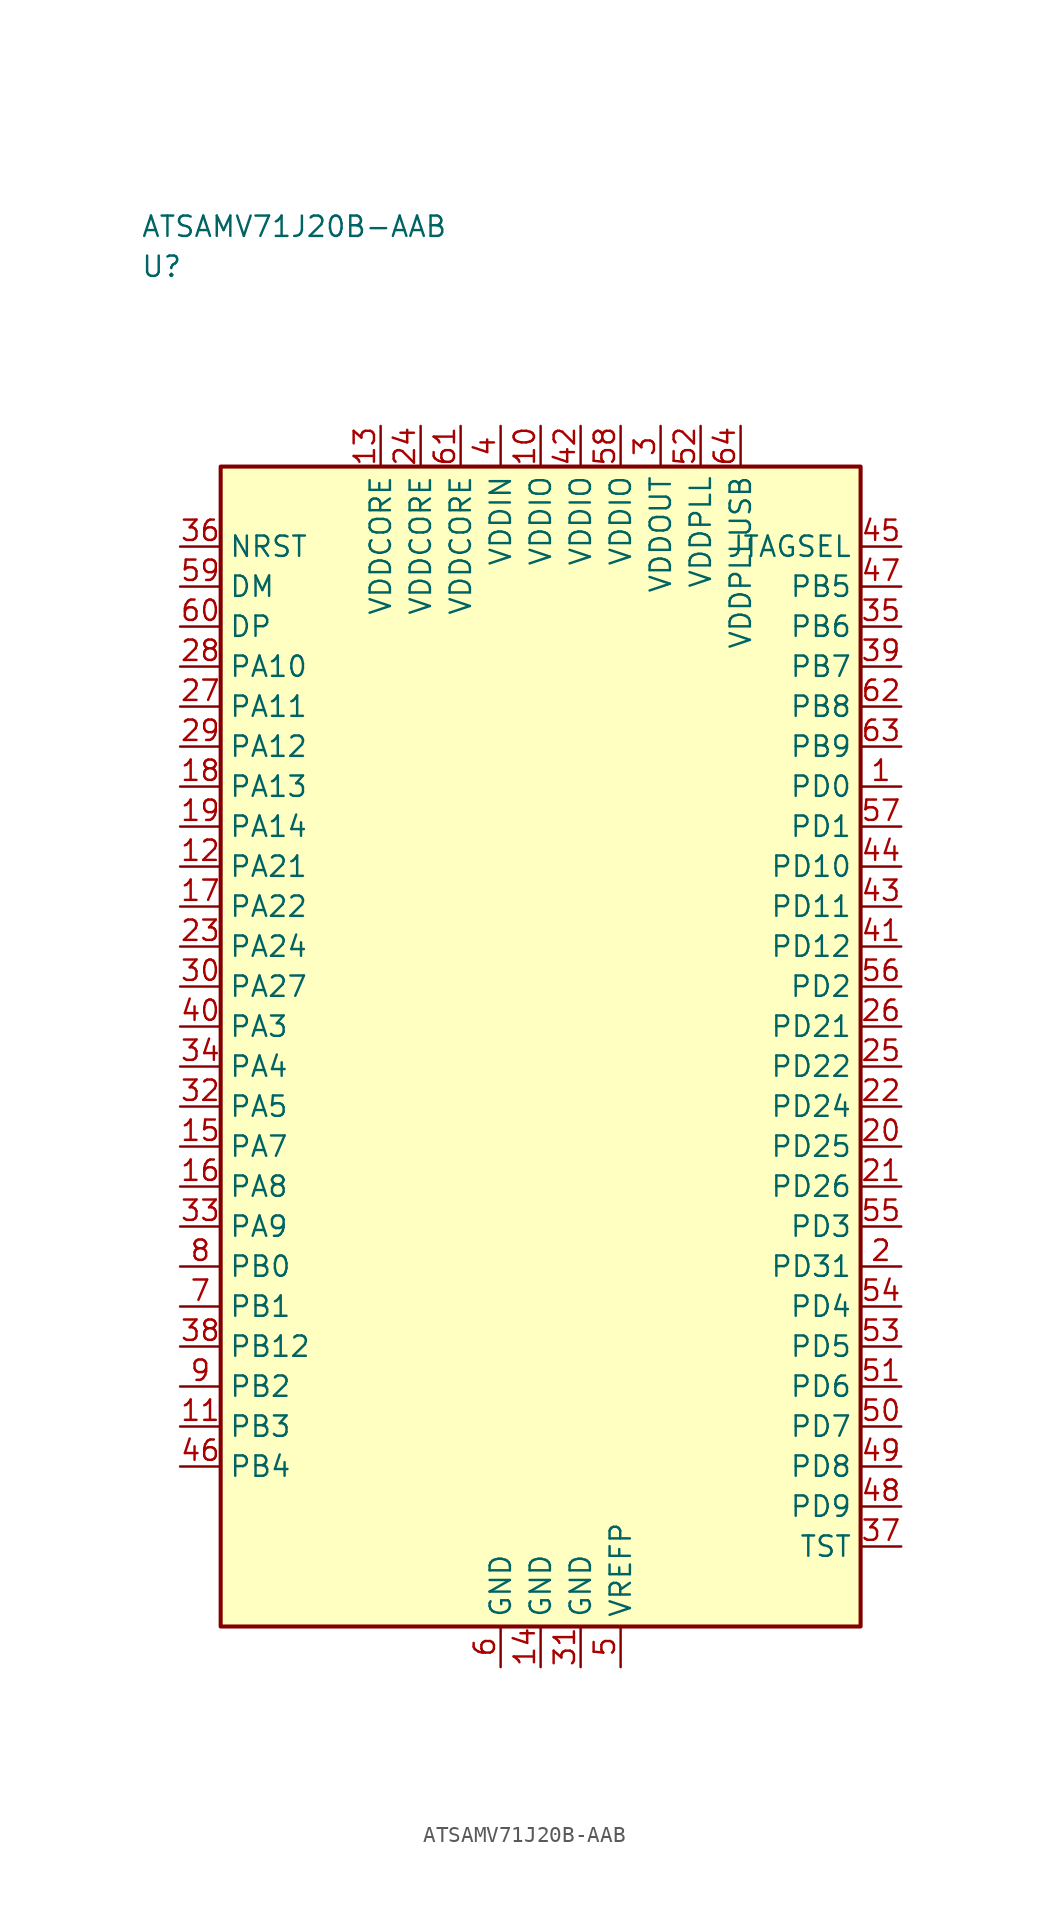
<source format=kicad_sym>
(kicad_symbol_lib
  (version 20241025)
  (generator "kicad_symbol_editor")
  (generator_version "8.0")
  (symbol "ATSAMV71J20B-AAB"
    (property "Reference" "U"
      (at -25.0 48.75 0)
      (effects (font (size 1.27 1.27)) (justify left)))
    (property "Value" "ATSAMV71J20B-AAB"
      (at -25.0 51.25 0)
      (effects (font (size 1.27 1.27)) (justify left)))
    (symbol "ATSAMV71J20B-AAB_0_1"
      (rectangle (start -20.0 36.25) (end 20.0 -36.25) (stroke (width 0.254) (type default)) (fill (type background))))
    (symbol "ATSAMV71J20B-AAB_1_1"
      (pin bidirectional line (at -22.54 1.25 0.0) (length 2.54) (name "PA3" (effects (font (size 1.27 1.27)))) (number "40" (effects (font (size 1.27 1.27)))))
      (pin bidirectional line (at -22.54 -1.25 0.0) (length 2.54) (name "PA4" (effects (font (size 1.27 1.27)))) (number "34" (effects (font (size 1.27 1.27)))))
      (pin bidirectional line (at -22.54 -3.75 0.0) (length 2.54) (name "PA5" (effects (font (size 1.27 1.27)))) (number "32" (effects (font (size 1.27 1.27)))))
      (pin bidirectional line (at -22.54 -6.25 0.0) (length 2.54) (name "PA7" (effects (font (size 1.27 1.27)))) (number "15" (effects (font (size 1.27 1.27)))))
      (pin bidirectional line (at -22.54 -8.75 0.0) (length 2.54) (name "PA8" (effects (font (size 1.27 1.27)))) (number "16" (effects (font (size 1.27 1.27)))))
      (pin bidirectional line (at -22.54 -11.25 0.0) (length 2.54) (name "PA9" (effects (font (size 1.27 1.27)))) (number "33" (effects (font (size 1.27 1.27)))))
      (pin bidirectional line (at -22.54 23.75 0.0) (length 2.54) (name "PA10" (effects (font (size 1.27 1.27)))) (number "28" (effects (font (size 1.27 1.27)))))
      (pin bidirectional line (at -22.54 21.25 0.0) (length 2.54) (name "PA11" (effects (font (size 1.27 1.27)))) (number "27" (effects (font (size 1.27 1.27)))))
      (pin bidirectional line (at -22.54 18.75 0.0) (length 2.54) (name "PA12" (effects (font (size 1.27 1.27)))) (number "29" (effects (font (size 1.27 1.27)))))
      (pin bidirectional line (at -22.54 16.25 0.0) (length 2.54) (name "PA13" (effects (font (size 1.27 1.27)))) (number "18" (effects (font (size 1.27 1.27)))))
      (pin bidirectional line (at -22.54 13.75 0.0) (length 2.54) (name "PA14" (effects (font (size 1.27 1.27)))) (number "19" (effects (font (size 1.27 1.27)))))
      (pin bidirectional line (at -22.54 11.25 0.0) (length 2.54) (name "PA21" (effects (font (size 1.27 1.27)))) (number "12" (effects (font (size 1.27 1.27)))))
      (pin bidirectional line (at -22.54 8.75 0.0) (length 2.54) (name "PA22" (effects (font (size 1.27 1.27)))) (number "17" (effects (font (size 1.27 1.27)))))
      (pin bidirectional line (at -22.54 6.25 0.0) (length 2.54) (name "PA24" (effects (font (size 1.27 1.27)))) (number "23" (effects (font (size 1.27 1.27)))))
      (pin bidirectional line (at -22.54 3.75 0.0) (length 2.54) (name "PA27" (effects (font (size 1.27 1.27)))) (number "30" (effects (font (size 1.27 1.27)))))
      (pin bidirectional line (at -22.54 -13.75 0.0) (length 2.54) (name "PB0" (effects (font (size 1.27 1.27)))) (number "8" (effects (font (size 1.27 1.27)))))
      (pin bidirectional line (at -22.54 -16.25 0.0) (length 2.54) (name "PB1" (effects (font (size 1.27 1.27)))) (number "7" (effects (font (size 1.27 1.27)))))
      (pin bidirectional line (at -22.54 -21.25 0.0) (length 2.54) (name "PB2" (effects (font (size 1.27 1.27)))) (number "9" (effects (font (size 1.27 1.27)))))
      (pin bidirectional line (at -22.54 -23.75 0.0) (length 2.54) (name "PB3" (effects (font (size 1.27 1.27)))) (number "11" (effects (font (size 1.27 1.27)))))
      (pin bidirectional line (at -22.54 -26.25 0.0) (length 2.54) (name "PB4" (effects (font (size 1.27 1.27)))) (number "46" (effects (font (size 1.27 1.27)))))
      (pin bidirectional line (at 22.54 28.75 180.0) (length 2.54) (name "PB5" (effects (font (size 1.27 1.27)))) (number "47" (effects (font (size 1.27 1.27)))))
      (pin bidirectional line (at 22.54 26.25 180.0) (length 2.54) (name "PB6" (effects (font (size 1.27 1.27)))) (number "35" (effects (font (size 1.27 1.27)))))
      (pin bidirectional line (at 22.54 23.75 180.0) (length 2.54) (name "PB7" (effects (font (size 1.27 1.27)))) (number "39" (effects (font (size 1.27 1.27)))))
      (pin bidirectional line (at 22.54 21.25 180.0) (length 2.54) (name "PB8" (effects (font (size 1.27 1.27)))) (number "62" (effects (font (size 1.27 1.27)))))
      (pin bidirectional line (at 22.54 18.75 180.0) (length 2.54) (name "PB9" (effects (font (size 1.27 1.27)))) (number "63" (effects (font (size 1.27 1.27)))))
      (pin bidirectional line (at -22.54 -18.75 0.0) (length 2.54) (name "PB12" (effects (font (size 1.27 1.27)))) (number "38" (effects (font (size 1.27 1.27)))))
      (pin bidirectional line (at 22.54 16.25 180.0) (length 2.54) (name "PD0" (effects (font (size 1.27 1.27)))) (number "1" (effects (font (size 1.27 1.27)))))
      (pin bidirectional line (at 22.54 13.75 180.0) (length 2.54) (name "PD1" (effects (font (size 1.27 1.27)))) (number "57" (effects (font (size 1.27 1.27)))))
      (pin bidirectional line (at 22.54 3.75 180.0) (length 2.54) (name "PD2" (effects (font (size 1.27 1.27)))) (number "56" (effects (font (size 1.27 1.27)))))
      (pin bidirectional line (at 22.54 -11.25 180.0) (length 2.54) (name "PD3" (effects (font (size 1.27 1.27)))) (number "55" (effects (font (size 1.27 1.27)))))
      (pin bidirectional line (at 22.54 -16.25 180.0) (length 2.54) (name "PD4" (effects (font (size 1.27 1.27)))) (number "54" (effects (font (size 1.27 1.27)))))
      (pin bidirectional line (at 22.54 -18.75 180.0) (length 2.54) (name "PD5" (effects (font (size 1.27 1.27)))) (number "53" (effects (font (size 1.27 1.27)))))
      (pin bidirectional line (at 22.54 -21.25 180.0) (length 2.54) (name "PD6" (effects (font (size 1.27 1.27)))) (number "51" (effects (font (size 1.27 1.27)))))
      (pin bidirectional line (at 22.54 -23.75 180.0) (length 2.54) (name "PD7" (effects (font (size 1.27 1.27)))) (number "50" (effects (font (size 1.27 1.27)))))
      (pin bidirectional line (at 22.54 -26.25 180.0) (length 2.54) (name "PD8" (effects (font (size 1.27 1.27)))) (number "49" (effects (font (size 1.27 1.27)))))
      (pin bidirectional line (at 22.54 -28.75 180.0) (length 2.54) (name "PD9" (effects (font (size 1.27 1.27)))) (number "48" (effects (font (size 1.27 1.27)))))
      (pin bidirectional line (at 22.54 11.25 180.0) (length 2.54) (name "PD10" (effects (font (size 1.27 1.27)))) (number "44" (effects (font (size 1.27 1.27)))))
      (pin bidirectional line (at 22.54 8.75 180.0) (length 2.54) (name "PD11" (effects (font (size 1.27 1.27)))) (number "43" (effects (font (size 1.27 1.27)))))
      (pin bidirectional line (at 22.54 6.25 180.0) (length 2.54) (name "PD12" (effects (font (size 1.27 1.27)))) (number "41" (effects (font (size 1.27 1.27)))))
      (pin bidirectional line (at 22.54 1.25 180.0) (length 2.54) (name "PD21" (effects (font (size 1.27 1.27)))) (number "26" (effects (font (size 1.27 1.27)))))
      (pin bidirectional line (at 22.54 -1.25 180.0) (length 2.54) (name "PD22" (effects (font (size 1.27 1.27)))) (number "25" (effects (font (size 1.27 1.27)))))
      (pin bidirectional line (at 22.54 -3.75 180.0) (length 2.54) (name "PD24" (effects (font (size 1.27 1.27)))) (number "22" (effects (font (size 1.27 1.27)))))
      (pin bidirectional line (at 22.54 -6.25 180.0) (length 2.54) (name "PD25" (effects (font (size 1.27 1.27)))) (number "20" (effects (font (size 1.27 1.27)))))
      (pin bidirectional line (at 22.54 -8.75 180.0) (length 2.54) (name "PD26" (effects (font (size 1.27 1.27)))) (number "21" (effects (font (size 1.27 1.27)))))
      (pin bidirectional line (at 22.54 -13.75 180.0) (length 2.54) (name "PD31" (effects (font (size 1.27 1.27)))) (number "2" (effects (font (size 1.27 1.27)))))
      (pin power_in line (at 7.5 38.79 270.0) (length 2.54) (name "VDDOUT" (effects (font (size 1.27 1.27)))) (number "3" (effects (font (size 1.27 1.27)))))
      (pin power_in line (at -2.5 38.79 270.0) (length 2.54) (name "VDDIN" (effects (font (size 1.27 1.27)))) (number "4" (effects (font (size 1.27 1.27)))))
      (pin passive line (at 5.0 -38.79 90.0) (length 2.54) (name "VREFP" (effects (font (size 1.27 1.27)))) (number "5" (effects (font (size 1.27 1.27)))))
      (pin input line (at -22.54 31.25 0.0) (length 2.54) (name "NRST" (effects (font (size 1.27 1.27)))) (number "36" (effects (font (size 1.27 1.27)))))
      (pin bidirectional line (at 22.54 -31.25 180.0) (length 2.54) (name "TST" (effects (font (size 1.27 1.27)))) (number "37" (effects (font (size 1.27 1.27)))))
      (pin power_in line (at 0.0 38.79 270.0) (length 2.54) (name "VDDIO" (effects (font (size 1.27 1.27)))) (number "10" (effects (font (size 1.27 1.27)))))
      (pin power_in line (at 2.5 38.79 270.0) (length 2.54) (name "VDDIO" (effects (font (size 1.27 1.27)))) (number "42" (effects (font (size 1.27 1.27)))))
      (pin power_in line (at 5.0 38.79 270.0) (length 2.54) (name "VDDIO" (effects (font (size 1.27 1.27)))) (number "58" (effects (font (size 1.27 1.27)))))
      (pin output line (at 22.54 31.25 180.0) (length 2.54) (name "JTAGSEL" (effects (font (size 1.27 1.27)))) (number "45" (effects (font (size 1.27 1.27)))))
      (pin power_in line (at -10.0 38.79 270.0) (length 2.54) (name "VDDCORE" (effects (font (size 1.27 1.27)))) (number "13" (effects (font (size 1.27 1.27)))))
      (pin power_in line (at -7.5 38.79 270.0) (length 2.54) (name "VDDCORE" (effects (font (size 1.27 1.27)))) (number "24" (effects (font (size 1.27 1.27)))))
      (pin power_in line (at -5.0 38.79 270.0) (length 2.54) (name "VDDCORE" (effects (font (size 1.27 1.27)))) (number "61" (effects (font (size 1.27 1.27)))))
      (pin power_in line (at 10.0 38.79 270.0) (length 2.54) (name "VDDPLL" (effects (font (size 1.27 1.27)))) (number "52" (effects (font (size 1.27 1.27)))))
      (pin bidirectional line (at -22.54 28.75 0.0) (length 2.54) (name "DM" (effects (font (size 1.27 1.27)))) (number "59" (effects (font (size 1.27 1.27)))))
      (pin bidirectional line (at -22.54 26.25 0.0) (length 2.54) (name "DP" (effects (font (size 1.27 1.27)))) (number "60" (effects (font (size 1.27 1.27)))))
      (pin passive line (at -2.5 -38.79 90.0) (length 2.54) (name "GND" (effects (font (size 1.27 1.27)))) (number "6" (effects (font (size 1.27 1.27)))))
      (pin passive line (at 0.0 -38.79 90.0) (length 2.54) (name "GND" (effects (font (size 1.27 1.27)))) (number "14" (effects (font (size 1.27 1.27)))))
      (pin passive line (at 2.5 -38.79 90.0) (length 2.54) (name "GND" (effects (font (size 1.27 1.27)))) (number "31" (effects (font (size 1.27 1.27)))))
      (pin power_in line (at 12.5 38.79 270.0) (length 2.54) (name "VDDPLLUSB" (effects (font (size 1.27 1.27)))) (number "64" (effects (font (size 1.27 1.27))))))))
</source>
